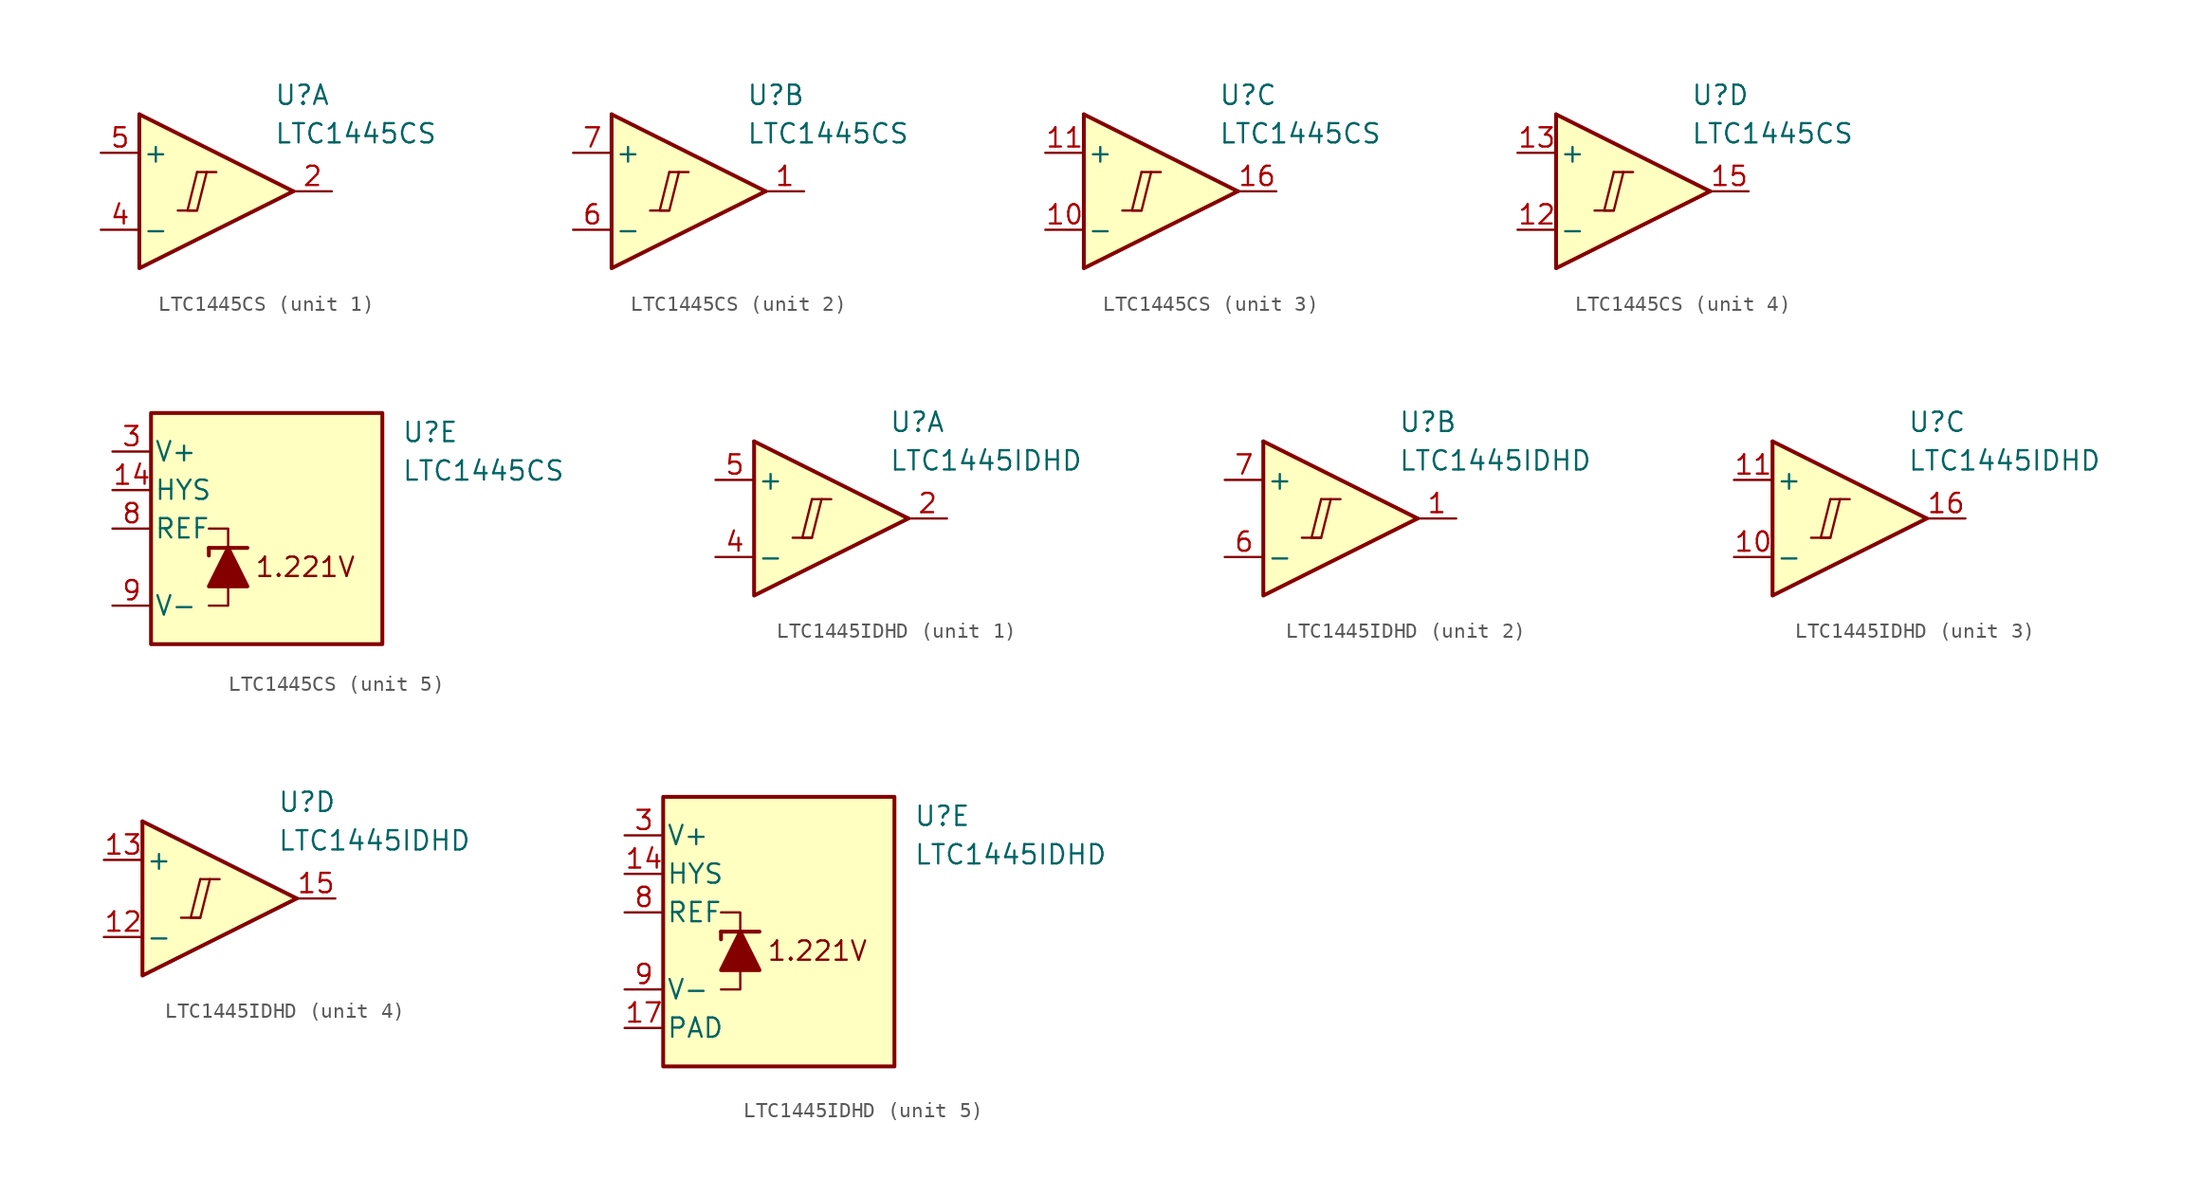
<source format=kicad_sym>
(kicad_symbol_lib
  (version 20231120)
  (generator "kicad_symbol_editor")
  (generator_version "8.0")
  (symbol "LTC1445CS"
    (pin_names
      (offset 0.2))
    (property "Reference" "U"
      (at 5.08 6.35 0)
      (effects (font (size 1.27 1.27)) (justify left)))
    (property "Value" "LTC1445CS"
      (at 5.08 3.81 0)
      (effects (font (size 1.27 1.27)) (justify left)))
    (property "ki_locked" ""
      (at 0 0 0)
      (effects (font (size 1.27 1.27))))
    (symbol "LTC1445CS_1_0"
      (polyline (pts (xy -1.27 -1.27) (xy 0 -1.27)) (stroke (width 0.152) (type default)) (fill (type none)))
      (polyline (pts (xy 0 1.27) (xy 1.27 1.27)) (stroke (width 0.152) (type default)) (fill (type none)))
      (polyline (pts (xy 0 1.27) (xy -0.635 -1.27) (xy 0 -1.27) (xy 0.635 1.27)) (stroke (width 0.152) (type default)) (fill (type none))))
    (symbol "LTC1445CS_1_1"
      (polyline (pts (xy -3.81 5.08) (xy 6.35 0)) (stroke (width 0.254) (type default)) (fill (type none)))
      (polyline (pts (xy -3.81 5.08) (xy -3.81 -5.08) (xy 6.35 0)) (stroke (width 0.254) (type default)) (fill (type background)))
      (pin output line (at 8.89 0 180) (length 2.54) (name "~" (effects (font (size 1.27 1.27)))) (number "2" (effects (font (size 1.27 1.27)))))
      (pin input line (at -6.35 -2.54 0) (length 2.54) (name "-" (effects (font (size 1.27 1.27)))) (number "4" (effects (font (size 1.27 1.27)))))
      (pin input line (at -6.35 2.54 0) (length 2.54) (name "+" (effects (font (size 1.27 1.27)))) (number "5" (effects (font (size 1.27 1.27))))))
    (symbol "LTC1445CS_2_0"
      (polyline (pts (xy -1.27 -1.27) (xy 0 -1.27)) (stroke (width 0.152) (type default)) (fill (type none)))
      (polyline (pts (xy 0 1.27) (xy 1.27 1.27)) (stroke (width 0.152) (type default)) (fill (type none)))
      (polyline (pts (xy 0 1.27) (xy -0.635 -1.27) (xy 0 -1.27) (xy 0.635 1.27)) (stroke (width 0.152) (type default)) (fill (type none))))
    (symbol "LTC1445CS_2_1"
      (polyline (pts (xy -3.81 5.08) (xy 6.35 0)) (stroke (width 0.254) (type default)) (fill (type none)))
      (polyline (pts (xy -3.81 5.08) (xy -3.81 -5.08) (xy 6.35 0)) (stroke (width 0.254) (type default)) (fill (type background)))
      (pin output line (at 8.89 0 180) (length 2.54) (name "~" (effects (font (size 1.27 1.27)))) (number "1" (effects (font (size 1.27 1.27)))))
      (pin input line (at -6.35 -2.54 0) (length 2.54) (name "-" (effects (font (size 1.27 1.27)))) (number "6" (effects (font (size 1.27 1.27)))))
      (pin input line (at -6.35 2.54 0) (length 2.54) (name "+" (effects (font (size 1.27 1.27)))) (number "7" (effects (font (size 1.27 1.27))))))
    (symbol "LTC1445CS_3_0"
      (polyline (pts (xy -1.27 -1.27) (xy 0 -1.27)) (stroke (width 0.152) (type default)) (fill (type none)))
      (polyline (pts (xy 0 1.27) (xy 1.27 1.27)) (stroke (width 0.152) (type default)) (fill (type none)))
      (polyline (pts (xy 0 1.27) (xy -0.635 -1.27) (xy 0 -1.27) (xy 0.635 1.27)) (stroke (width 0.152) (type default)) (fill (type none))))
    (symbol "LTC1445CS_3_1"
      (polyline (pts (xy -3.81 5.08) (xy 6.35 0)) (stroke (width 0.254) (type default)) (fill (type none)))
      (polyline (pts (xy -3.81 5.08) (xy -3.81 -5.08) (xy 6.35 0)) (stroke (width 0.254) (type default)) (fill (type background)))
      (pin input line (at -6.35 -2.54 0) (length 2.54) (name "-" (effects (font (size 1.27 1.27)))) (number "10" (effects (font (size 1.27 1.27)))))
      (pin input line (at -6.35 2.54 0) (length 2.54) (name "+" (effects (font (size 1.27 1.27)))) (number "11" (effects (font (size 1.27 1.27)))))
      (pin output line (at 8.89 0 180) (length 2.54) (name "~" (effects (font (size 1.27 1.27)))) (number "16" (effects (font (size 1.27 1.27))))))
    (symbol "LTC1445CS_4_0"
      (polyline (pts (xy -1.27 -1.27) (xy 0 -1.27)) (stroke (width 0.152) (type default)) (fill (type none)))
      (polyline (pts (xy 0 1.27) (xy 1.27 1.27)) (stroke (width 0.152) (type default)) (fill (type none)))
      (polyline (pts (xy 0 1.27) (xy -0.635 -1.27) (xy 0 -1.27) (xy 0.635 1.27)) (stroke (width 0.152) (type default)) (fill (type none))))
    (symbol "LTC1445CS_4_1"
      (polyline (pts (xy -3.81 5.08) (xy 6.35 0)) (stroke (width 0.254) (type default)) (fill (type none)))
      (polyline (pts (xy -3.81 5.08) (xy -3.81 -5.08) (xy 6.35 0)) (stroke (width 0.254) (type default)) (fill (type background)))
      (pin input line (at -6.35 -2.54 0) (length 2.54) (name "-" (effects (font (size 1.27 1.27)))) (number "12" (effects (font (size 1.27 1.27)))))
      (pin input line (at -6.35 2.54 0) (length 2.54) (name "+" (effects (font (size 1.27 1.27)))) (number "13" (effects (font (size 1.27 1.27)))))
      (pin output line (at 8.89 0 180) (length 2.54) (name "~" (effects (font (size 1.27 1.27)))) (number "15" (effects (font (size 1.27 1.27))))))
    (symbol "LTC1445CS_5_0"
      (text "1.221V" (at -1.27 -2.54 0) (effects (font (size 1.27 1.27)))))
    (symbol "LTC1445CS_5_1"
      (rectangle (start -11.43 7.62) (end 3.81 -7.62) (stroke (width 0.254) (type default)) (fill (type background)))
      (polyline (pts (xy -7.62 -1.27) (xy -7.62 -1.778)) (stroke (width 0.254) (type default)) (fill (type none)))
      (polyline (pts (xy -7.62 -1.27) (xy -5.08 -1.27)) (stroke (width 0.254) (type default)) (fill (type none)))
      (polyline (pts (xy -6.35 -3.81) (xy -6.35 -5.08) (xy -7.62 -5.08)) (stroke (width 0) (type default)) (fill (type none)))
      (polyline (pts (xy -6.35 -1.27) (xy -6.35 0) (xy -7.62 0)) (stroke (width 0) (type default)) (fill (type none)))
      (polyline (pts (xy -5.08 -3.81) (xy -7.62 -3.81) (xy -6.35 -1.27) (xy -5.08 -3.81)) (stroke (width 0.254) (type default)) (fill (type outline)))
      (pin input line (at -13.97 2.54 0) (length 2.54) (name "HYS" (effects (font (size 1.27 1.27)))) (number "14" (effects (font (size 1.27 1.27)))))
      (pin power_in line (at -13.97 5.08 0) (length 2.54) (name "V+" (effects (font (size 1.27 1.27)))) (number "3" (effects (font (size 1.27 1.27)))))
      (pin output line (at -13.97 0 0) (length 2.54) (name "REF" (effects (font (size 1.27 1.27)))) (number "8" (effects (font (size 1.27 1.27)))))
      (pin power_in line (at -13.97 -5.08 0) (length 2.54) (name "V-" (effects (font (size 1.27 1.27)))) (number "9" (effects (font (size 1.27 1.27)))))))
  (symbol "LTC1445IDHD"
    (pin_names
      (offset 0.2))
    (property "Reference" "U"
      (at 5.08 6.35 0)
      (effects (font (size 1.27 1.27)) (justify left)))
    (property "Value" "LTC1445IDHD"
      (at 5.08 3.81 0)
      (effects (font (size 1.27 1.27)) (justify left)))
    (property "ki_locked" ""
      (at 0 0 0)
      (effects (font (size 1.27 1.27))))
    (symbol "LTC1445IDHD_1_0"
      (polyline (pts (xy -1.27 -1.27) (xy 0 -1.27)) (stroke (width 0.152) (type default)) (fill (type none)))
      (polyline (pts (xy 0 1.27) (xy 1.27 1.27)) (stroke (width 0.152) (type default)) (fill (type none)))
      (polyline (pts (xy 0 1.27) (xy -0.635 -1.27) (xy 0 -1.27) (xy 0.635 1.27)) (stroke (width 0.152) (type default)) (fill (type none))))
    (symbol "LTC1445IDHD_1_1"
      (polyline (pts (xy -3.81 5.08) (xy 6.35 0)) (stroke (width 0.254) (type default)) (fill (type none)))
      (polyline (pts (xy -3.81 5.08) (xy -3.81 -5.08) (xy 6.35 0)) (stroke (width 0.254) (type default)) (fill (type background)))
      (pin output line (at 8.89 0 180) (length 2.54) (name "~" (effects (font (size 1.27 1.27)))) (number "2" (effects (font (size 1.27 1.27)))))
      (pin input line (at -6.35 -2.54 0) (length 2.54) (name "-" (effects (font (size 1.27 1.27)))) (number "4" (effects (font (size 1.27 1.27)))))
      (pin input line (at -6.35 2.54 0) (length 2.54) (name "+" (effects (font (size 1.27 1.27)))) (number "5" (effects (font (size 1.27 1.27))))))
    (symbol "LTC1445IDHD_2_0"
      (polyline (pts (xy -1.27 -1.27) (xy 0 -1.27)) (stroke (width 0.152) (type default)) (fill (type none)))
      (polyline (pts (xy 0 1.27) (xy 1.27 1.27)) (stroke (width 0.152) (type default)) (fill (type none)))
      (polyline (pts (xy 0 1.27) (xy -0.635 -1.27) (xy 0 -1.27) (xy 0.635 1.27)) (stroke (width 0.152) (type default)) (fill (type none))))
    (symbol "LTC1445IDHD_2_1"
      (polyline (pts (xy -3.81 5.08) (xy 6.35 0)) (stroke (width 0.254) (type default)) (fill (type none)))
      (polyline (pts (xy -3.81 5.08) (xy -3.81 -5.08) (xy 6.35 0)) (stroke (width 0.254) (type default)) (fill (type background)))
      (pin output line (at 8.89 0 180) (length 2.54) (name "~" (effects (font (size 1.27 1.27)))) (number "1" (effects (font (size 1.27 1.27)))))
      (pin input line (at -6.35 -2.54 0) (length 2.54) (name "-" (effects (font (size 1.27 1.27)))) (number "6" (effects (font (size 1.27 1.27)))))
      (pin input line (at -6.35 2.54 0) (length 2.54) (name "+" (effects (font (size 1.27 1.27)))) (number "7" (effects (font (size 1.27 1.27))))))
    (symbol "LTC1445IDHD_3_0"
      (polyline (pts (xy -1.27 -1.27) (xy 0 -1.27)) (stroke (width 0.152) (type default)) (fill (type none)))
      (polyline (pts (xy 0 1.27) (xy 1.27 1.27)) (stroke (width 0.152) (type default)) (fill (type none)))
      (polyline (pts (xy 0 1.27) (xy -0.635 -1.27) (xy 0 -1.27) (xy 0.635 1.27)) (stroke (width 0.152) (type default)) (fill (type none))))
    (symbol "LTC1445IDHD_3_1"
      (polyline (pts (xy -3.81 5.08) (xy 6.35 0)) (stroke (width 0.254) (type default)) (fill (type none)))
      (polyline (pts (xy -3.81 5.08) (xy -3.81 -5.08) (xy 6.35 0)) (stroke (width 0.254) (type default)) (fill (type background)))
      (pin input line (at -6.35 -2.54 0) (length 2.54) (name "-" (effects (font (size 1.27 1.27)))) (number "10" (effects (font (size 1.27 1.27)))))
      (pin input line (at -6.35 2.54 0) (length 2.54) (name "+" (effects (font (size 1.27 1.27)))) (number "11" (effects (font (size 1.27 1.27)))))
      (pin output line (at 8.89 0 180) (length 2.54) (name "~" (effects (font (size 1.27 1.27)))) (number "16" (effects (font (size 1.27 1.27))))))
    (symbol "LTC1445IDHD_4_0"
      (polyline (pts (xy -1.27 -1.27) (xy 0 -1.27)) (stroke (width 0.152) (type default)) (fill (type none)))
      (polyline (pts (xy 0 1.27) (xy 1.27 1.27)) (stroke (width 0.152) (type default)) (fill (type none)))
      (polyline (pts (xy 0 1.27) (xy -0.635 -1.27) (xy 0 -1.27) (xy 0.635 1.27)) (stroke (width 0.152) (type default)) (fill (type none))))
    (symbol "LTC1445IDHD_4_1"
      (polyline (pts (xy -3.81 5.08) (xy 6.35 0)) (stroke (width 0.254) (type default)) (fill (type none)))
      (polyline (pts (xy -3.81 5.08) (xy -3.81 -5.08) (xy 6.35 0)) (stroke (width 0.254) (type default)) (fill (type background)))
      (pin input line (at -6.35 -2.54 0) (length 2.54) (name "-" (effects (font (size 1.27 1.27)))) (number "12" (effects (font (size 1.27 1.27)))))
      (pin input line (at -6.35 2.54 0) (length 2.54) (name "+" (effects (font (size 1.27 1.27)))) (number "13" (effects (font (size 1.27 1.27)))))
      (pin output line (at 8.89 0 180) (length 2.54) (name "~" (effects (font (size 1.27 1.27)))) (number "15" (effects (font (size 1.27 1.27))))))
    (symbol "LTC1445IDHD_5_0"
      (text "1.221V" (at -1.27 -2.54 0) (effects (font (size 1.27 1.27)))))
    (symbol "LTC1445IDHD_5_1"
      (rectangle (start -11.43 7.62) (end 3.81 -10.16) (stroke (width 0.254) (type default)) (fill (type background)))
      (polyline (pts (xy -7.62 -1.27) (xy -7.62 -1.778)) (stroke (width 0.254) (type default)) (fill (type none)))
      (polyline (pts (xy -7.62 -1.27) (xy -5.08 -1.27)) (stroke (width 0.254) (type default)) (fill (type none)))
      (polyline (pts (xy -6.35 -3.81) (xy -6.35 -5.08) (xy -7.62 -5.08)) (stroke (width 0) (type default)) (fill (type none)))
      (polyline (pts (xy -6.35 -1.27) (xy -6.35 0) (xy -7.62 0)) (stroke (width 0) (type default)) (fill (type none)))
      (polyline (pts (xy -5.08 -3.81) (xy -7.62 -3.81) (xy -6.35 -1.27) (xy -5.08 -3.81)) (stroke (width 0.254) (type default)) (fill (type outline)))
      (pin input line (at -13.97 2.54 0) (length 2.54) (name "HYS" (effects (font (size 1.27 1.27)))) (number "14" (effects (font (size 1.27 1.27)))))
      (pin power_in line (at -13.97 -7.62 0) (length 2.54) (name "PAD" (effects (font (size 1.27 1.27)))) (number "17" (effects (font (size 1.27 1.27)))))
      (pin power_in line (at -13.97 5.08 0) (length 2.54) (name "V+" (effects (font (size 1.27 1.27)))) (number "3" (effects (font (size 1.27 1.27)))))
      (pin output line (at -13.97 0 0) (length 2.54) (name "REF" (effects (font (size 1.27 1.27)))) (number "8" (effects (font (size 1.27 1.27)))))
      (pin power_in line (at -13.97 -5.08 0) (length 2.54) (name "V-" (effects (font (size 1.27 1.27)))) (number "9" (effects (font (size 1.27 1.27))))))))
</source>
